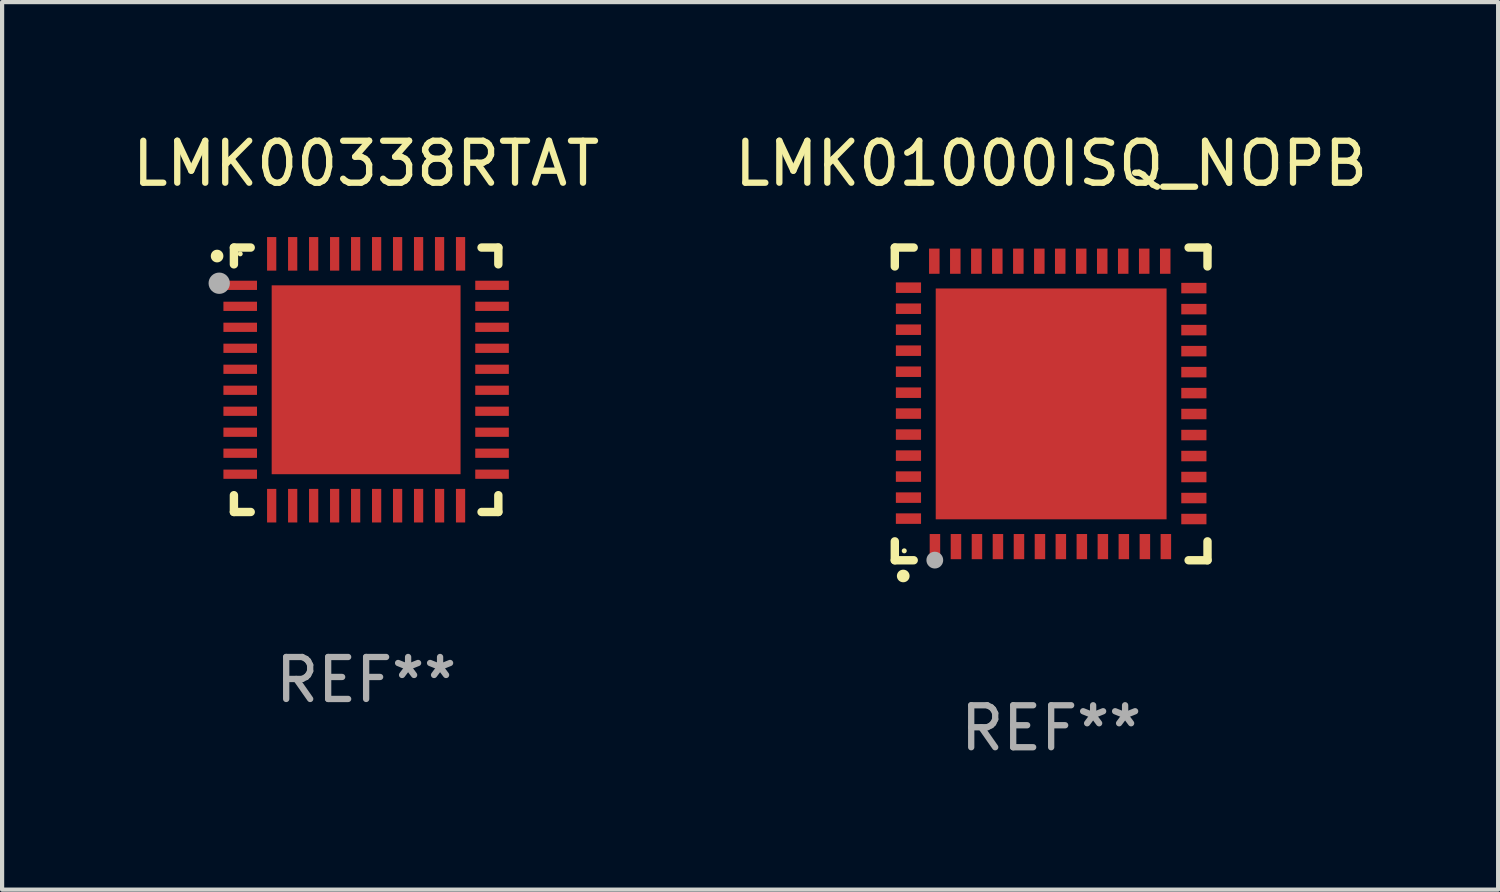
<source format=kicad_pcb>
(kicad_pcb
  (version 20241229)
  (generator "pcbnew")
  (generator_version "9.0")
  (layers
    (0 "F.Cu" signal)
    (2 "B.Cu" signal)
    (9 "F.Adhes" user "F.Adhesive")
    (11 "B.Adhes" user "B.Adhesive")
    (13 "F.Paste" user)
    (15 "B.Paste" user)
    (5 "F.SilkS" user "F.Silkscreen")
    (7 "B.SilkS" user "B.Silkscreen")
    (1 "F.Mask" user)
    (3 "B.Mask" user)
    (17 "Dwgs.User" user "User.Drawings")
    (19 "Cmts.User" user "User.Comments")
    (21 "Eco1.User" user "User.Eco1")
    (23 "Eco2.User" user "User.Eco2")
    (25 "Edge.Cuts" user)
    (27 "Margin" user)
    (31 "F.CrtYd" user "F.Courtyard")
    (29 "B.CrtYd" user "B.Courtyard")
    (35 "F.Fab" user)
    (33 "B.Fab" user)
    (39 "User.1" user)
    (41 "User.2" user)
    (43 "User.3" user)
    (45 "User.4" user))
  (footprint "LMK00338RTAT"
    (layer "F.Cu")
    (at 5.673 5.998)
    (property "Reference" "LMK00338RTAT" (at 0 -5.15 0) (layer "F.SilkS") (effects (font (size 1 1) (thickness 0.15))))
    (attr through_hole)
    (fp_line (start -3.15 -3.15) (end -2.75 -3.15) (stroke (width 0.2) (type solid)) (layer "F.SilkS"))
    (fp_line (start -3.15 -2.75) (end -3.15 -3.15) (stroke (width 0.2) (type solid)) (layer "F.SilkS"))
    (fp_line (start -3.15 3.15) (end -3.15 2.75) (stroke (width 0.2) (type solid)) (layer "F.SilkS"))
    (fp_line (start -2.75 3.15) (end -3.15 3.15) (stroke (width 0.2) (type solid)) (layer "F.SilkS"))
    (fp_line (start 2.75 -3.15) (end 3.15 -3.15) (stroke (width 0.2) (type solid)) (layer "F.SilkS"))
    (fp_line (start 2.75 3.15) (end 3.15 3.15) (stroke (width 0.2) (type solid)) (layer "F.SilkS"))
    (fp_line (start 3.15 -3.15) (end 3.15 -2.75) (stroke (width 0.2) (type solid)) (layer "F.SilkS"))
    (fp_line (start 3.15 3.15) (end 3.15 2.75) (stroke (width 0.2) (type solid)) (layer "F.SilkS"))
    (fp_arc (start -3.550927 -2.946406) (mid -3.550932 -2.947676) (end -3.550927 -2.948946) (stroke (width 0.3) (type solid)) (layer "F.SilkS"))
    (fp_circle (center -3 -3) (end -2.97 -3) (stroke (width 0.06) (type solid)) (fill no) (layer "F.SilkS"))
    (fp_circle (center -3.5 -2.3) (end -3.373 -2.3) (stroke (width 0.254) (type solid)) (fill no) (layer "F.Fab"))
    (fp_text user "REF**" (at 0 7.15 0) (layer "F.Fab") (effects (font (size 1 1) (thickness 0.15))))
    (pad "1" smd rect (at -3 -2.25) (size 0.8 0.22) (layers "F.Cu" "F.Mask" "F.Paste"))
    (pad "2" smd rect (at -3 -1.75) (size 0.8 0.22) (layers "F.Cu" "F.Mask" "F.Paste"))
    (pad "3" smd rect (at -3 -1.25) (size 0.8 0.22) (layers "F.Cu" "F.Mask" "F.Paste"))
    (pad "4" smd rect (at -3 -0.75) (size 0.8 0.22) (layers "F.Cu" "F.Mask" "F.Paste"))
    (pad "5" smd rect (at -3 -0.25) (size 0.8 0.22) (layers "F.Cu" "F.Mask" "F.Paste"))
    (pad "6" smd rect (at -3 0.25) (size 0.8 0.22) (layers "F.Cu" "F.Mask" "F.Paste"))
    (pad "7" smd rect (at -3 0.75) (size 0.8 0.22) (layers "F.Cu" "F.Mask" "F.Paste"))
    (pad "8" smd rect (at -3 1.25) (size 0.8 0.22) (layers "F.Cu" "F.Mask" "F.Paste"))
    (pad "9" smd rect (at -3 1.75) (size 0.8 0.22) (layers "F.Cu" "F.Mask" "F.Paste"))
    (pad "10" smd rect (at -3 2.25) (size 0.8 0.22) (layers "F.Cu" "F.Mask" "F.Paste"))
    (pad "11" smd rect (at -2.25 3) (size 0.22 0.8) (layers "F.Cu" "F.Mask" "F.Paste"))
    (pad "12" smd rect (at -1.75 3) (size 0.22 0.8) (layers "F.Cu" "F.Mask" "F.Paste"))
    (pad "13" smd rect (at -1.25 3) (size 0.22 0.8) (layers "F.Cu" "F.Mask" "F.Paste"))
    (pad "14" smd rect (at -0.75 3) (size 0.22 0.8) (layers "F.Cu" "F.Mask" "F.Paste"))
    (pad "15" smd rect (at -0.25 3) (size 0.22 0.8) (layers "F.Cu" "F.Mask" "F.Paste"))
    (pad "16" smd rect (at 0.25 3) (size 0.22 0.8) (layers "F.Cu" "F.Mask" "F.Paste"))
    (pad "17" smd rect (at 0.75 3) (size 0.22 0.8) (layers "F.Cu" "F.Mask" "F.Paste"))
    (pad "18" smd rect (at 1.25 3) (size 0.22 0.8) (layers "F.Cu" "F.Mask" "F.Paste"))
    (pad "19" smd rect (at 1.75 3) (size 0.22 0.8) (layers "F.Cu" "F.Mask" "F.Paste"))
    (pad "20" smd rect (at 2.25 3) (size 0.22 0.8) (layers "F.Cu" "F.Mask" "F.Paste"))
    (pad "21" smd rect (at 3 2.25) (size 0.8 0.22) (layers "F.Cu" "F.Mask" "F.Paste"))
    (pad "22" smd rect (at 3 1.75) (size 0.8 0.22) (layers "F.Cu" "F.Mask" "F.Paste"))
    (pad "23" smd rect (at 3 1.25) (size 0.8 0.22) (layers "F.Cu" "F.Mask" "F.Paste"))
    (pad "24" smd rect (at 3 0.75) (size 0.8 0.22) (layers "F.Cu" "F.Mask" "F.Paste"))
    (pad "25" smd rect (at 3 0.25) (size 0.8 0.22) (layers "F.Cu" "F.Mask" "F.Paste"))
    (pad "26" smd rect (at 3 -0.25) (size 0.8 0.22) (layers "F.Cu" "F.Mask" "F.Paste"))
    (pad "27" smd rect (at 3 -0.75) (size 0.8 0.22) (layers "F.Cu" "F.Mask" "F.Paste"))
    (pad "28" smd rect (at 3 -1.25) (size 0.8 0.22) (layers "F.Cu" "F.Mask" "F.Paste"))
    (pad "29" smd rect (at 3 -1.75) (size 0.8 0.22) (layers "F.Cu" "F.Mask" "F.Paste"))
    (pad "30" smd rect (at 3 -2.25) (size 0.8 0.22) (layers "F.Cu" "F.Mask" "F.Paste"))
    (pad "31" smd rect (at 2.25 -3) (size 0.22 0.8) (layers "F.Cu" "F.Mask" "F.Paste"))
    (pad "32" smd rect (at 1.75 -3) (size 0.22 0.8) (layers "F.Cu" "F.Mask" "F.Paste"))
    (pad "33" smd rect (at 1.25 -3) (size 0.22 0.8) (layers "F.Cu" "F.Mask" "F.Paste"))
    (pad "34" smd rect (at 0.75 -3) (size 0.22 0.8) (layers "F.Cu" "F.Mask" "F.Paste"))
    (pad "35" smd rect (at 0.25 -3) (size 0.22 0.8) (layers "F.Cu" "F.Mask" "F.Paste"))
    (pad "36" smd rect (at -0.25 -3) (size 0.22 0.8) (layers "F.Cu" "F.Mask" "F.Paste"))
    (pad "37" smd rect (at -0.75 -3) (size 0.22 0.8) (layers "F.Cu" "F.Mask" "F.Paste"))
    (pad "38" smd rect (at -1.25 -3) (size 0.22 0.8) (layers "F.Cu" "F.Mask" "F.Paste"))
    (pad "39" smd rect (at -1.75 -3) (size 0.22 0.8) (layers "F.Cu" "F.Mask" "F.Paste"))
    (pad "40" smd rect (at -2.25 -3) (size 0.22 0.8) (layers "F.Cu" "F.Mask" "F.Paste"))
    (pad "41" smd rect (at -0.000102 0) (size 4.5 4.5) (layers "F.Cu" "F.Mask" "F.Paste")))
  (footprint "LMK01000ISQ_NOPB"
    (layer "F.Cu")
    (at 21.994 6.573)
    (property "Reference" "LMK01000ISQ_NOPB" (at 0 -5.725 0) (layer "F.SilkS") (effects (font (size 1 1) (thickness 0.15))))
    (attr through_hole)
    (fp_line (start -3.725 -3.725) (end -3.275 -3.725) (stroke (width 0.2) (type solid)) (layer "F.SilkS"))
    (fp_line (start -3.725 -3.275) (end -3.725 -3.725) (stroke (width 0.2) (type solid)) (layer "F.SilkS"))
    (fp_line (start -3.725 3.725) (end -3.725 3.275) (stroke (width 0.2) (type solid)) (layer "F.SilkS"))
    (fp_line (start -3.275 3.725) (end -3.725 3.725) (stroke (width 0.2) (type solid)) (layer "F.SilkS"))
    (fp_line (start 3.275 3.725) (end 3.725 3.725) (stroke (width 0.2) (type solid)) (layer "F.SilkS"))
    (fp_line (start 3.725 -3.725) (end 3.275 -3.725) (stroke (width 0.2) (type solid)) (layer "F.SilkS"))
    (fp_line (start 3.725 -3.275) (end 3.725 -3.725) (stroke (width 0.2) (type solid)) (layer "F.SilkS"))
    (fp_line (start 3.725 3.725) (end 3.725 3.275) (stroke (width 0.2) (type solid)) (layer "F.SilkS"))
    (fp_arc (start -3.525527 4.099568) (mid -3.524257 4.099563) (end -3.522987 4.099568) (stroke (width 0.3) (type solid)) (layer "F.SilkS"))
    (fp_circle (center -3.5 3.501) (end -3.47 3.501) (stroke (width 0.06) (type solid)) (fill no) (layer "F.SilkS"))
    (fp_circle (center -2.772 3.722) (end -2.672 3.722) (stroke (width 0.2) (type solid)) (fill no) (layer "F.Fab"))
    (fp_text user "REF**" (at 0 7.725 0) (layer "F.Fab") (effects (font (size 1 1) (thickness 0.15))))
    (pad "1" smd rect (at -2.769 3.4 180) (size 0.25 0.6) (layers "F.Cu" "F.Mask" "F.Paste"))
    (pad "2" smd rect (at -2.268 3.4 180) (size 0.25 0.6) (layers "F.Cu" "F.Mask" "F.Paste"))
    (pad "3" smd rect (at -1.768 3.4 180) (size 0.25 0.6) (layers "F.Cu" "F.Mask" "F.Paste"))
    (pad "4" smd rect (at -1.268 3.4 180) (size 0.25 0.6) (layers "F.Cu" "F.Mask" "F.Paste"))
    (pad "5" smd rect (at -0.767 3.4 180) (size 0.25 0.6) (layers "F.Cu" "F.Mask" "F.Paste"))
    (pad "6" smd rect (at -0.267 3.4 180) (size 0.25 0.6) (layers "F.Cu" "F.Mask" "F.Paste"))
    (pad "7" smd rect (at 0.231 3.4 180) (size 0.25 0.6) (layers "F.Cu" "F.Mask" "F.Paste"))
    (pad "8" smd rect (at 0.731 3.4 180) (size 0.25 0.6) (layers "F.Cu" "F.Mask" "F.Paste"))
    (pad "9" smd rect (at 1.232 3.4 180) (size 0.25 0.6) (layers "F.Cu" "F.Mask" "F.Paste"))
    (pad "10" smd rect (at 1.732 3.4 180) (size 0.25 0.6) (layers "F.Cu" "F.Mask" "F.Paste"))
    (pad "11" smd rect (at 2.233 3.4 180) (size 0.25 0.6) (layers "F.Cu" "F.Mask" "F.Paste"))
    (pad "12" smd rect (at 2.733 3.4 180) (size 0.25 0.6) (layers "F.Cu" "F.Mask" "F.Paste"))
    (pad "13" smd rect (at 3.4 2.743 90) (size 0.25 0.6) (layers "F.Cu" "F.Mask" "F.Paste"))
    (pad "14" smd rect (at 3.4 2.243 90) (size 0.25 0.6) (layers "F.Cu" "F.Mask" "F.Paste"))
    (pad "15" smd rect (at 3.4 1.742 90) (size 0.25 0.6) (layers "F.Cu" "F.Mask" "F.Paste"))
    (pad "16" smd rect (at 3.4 1.242 90) (size 0.25 0.6) (layers "F.Cu" "F.Mask" "F.Paste"))
    (pad "17" smd rect (at 3.4 0.742 90) (size 0.25 0.6) (layers "F.Cu" "F.Mask" "F.Paste"))
    (pad "18" smd rect (at 3.4 0.241 90) (size 0.25 0.6) (layers "F.Cu" "F.Mask" "F.Paste"))
    (pad "19" smd rect (at 3.4 -0.257 90) (size 0.25 0.6) (layers "F.Cu" "F.Mask" "F.Paste"))
    (pad "20" smd rect (at 3.4 -0.757 90) (size 0.25 0.6) (layers "F.Cu" "F.Mask" "F.Paste"))
    (pad "21" smd rect (at 3.4 -1.257 90) (size 0.25 0.6) (layers "F.Cu" "F.Mask" "F.Paste"))
    (pad "22" smd rect (at 3.4 -1.758 90) (size 0.25 0.6) (layers "F.Cu" "F.Mask" "F.Paste"))
    (pad "23" smd rect (at 3.4 -2.258 90) (size 0.25 0.6) (layers "F.Cu" "F.Mask" "F.Paste"))
    (pad "24" smd rect (at 3.4 -2.759 90) (size 0.25 0.6) (layers "F.Cu" "F.Mask" "F.Paste"))
    (pad "25" smd rect (at 2.718 -3.4 180) (size 0.25 0.6) (layers "F.Cu" "F.Mask" "F.Paste"))
    (pad "26" smd rect (at 2.217 -3.4 180) (size 0.25 0.6) (layers "F.Cu" "F.Mask" "F.Paste"))
    (pad "27" smd rect (at 1.717 -3.4 180) (size 0.25 0.6) (layers "F.Cu" "F.Mask" "F.Paste"))
    (pad "28" smd rect (at 1.217 -3.4 180) (size 0.25 0.6) (layers "F.Cu" "F.Mask" "F.Paste"))
    (pad "29" smd rect (at 0.716 -3.4 180) (size 0.25 0.6) (layers "F.Cu" "F.Mask" "F.Paste"))
    (pad "30" smd rect (at 0.216 -3.4 180) (size 0.25 0.6) (layers "F.Cu" "F.Mask" "F.Paste"))
    (pad "31" smd rect (at -0.282 -3.4 180) (size 0.25 0.6) (layers "F.Cu" "F.Mask" "F.Paste"))
    (pad "32" smd rect (at -0.782 -3.4 180) (size 0.25 0.6) (layers "F.Cu" "F.Mask" "F.Paste"))
    (pad "33" smd rect (at -1.283 -3.4 180) (size 0.25 0.6) (layers "F.Cu" "F.Mask" "F.Paste"))
    (pad "34" smd rect (at -1.783 -3.4 180) (size 0.25 0.6) (layers "F.Cu" "F.Mask" "F.Paste"))
    (pad "35" smd rect (at -2.284 -3.4 180) (size 0.25 0.6) (layers "F.Cu" "F.Mask" "F.Paste"))
    (pad "36" smd rect (at -2.784 -3.4 180) (size 0.25 0.6) (layers "F.Cu" "F.Mask" "F.Paste"))
    (pad "37" smd rect (at -3.4 -2.769 90) (size 0.25 0.6) (layers "F.Cu" "F.Mask" "F.Paste"))
    (pad "38" smd rect (at -3.4 -2.268 90) (size 0.25 0.6) (layers "F.Cu" "F.Mask" "F.Paste"))
    (pad "39" smd rect (at -3.4 -1.768 90) (size 0.25 0.6) (layers "F.Cu" "F.Mask" "F.Paste"))
    (pad "40" smd rect (at -3.4 -1.268 90) (size 0.25 0.6) (layers "F.Cu" "F.Mask" "F.Paste"))
    (pad "41" smd rect (at -3.4 -0.767 90) (size 0.25 0.6) (layers "F.Cu" "F.Mask" "F.Paste"))
    (pad "42" smd rect (at -3.4 -0.267 90) (size 0.25 0.6) (layers "F.Cu" "F.Mask" "F.Paste"))
    (pad "43" smd rect (at -3.4 0.231 90) (size 0.25 0.6) (layers "F.Cu" "F.Mask" "F.Paste"))
    (pad "44" smd rect (at -3.4 0.731 90) (size 0.25 0.6) (layers "F.Cu" "F.Mask" "F.Paste"))
    (pad "45" smd rect (at -3.4 1.232 90) (size 0.25 0.6) (layers "F.Cu" "F.Mask" "F.Paste"))
    (pad "46" smd rect (at -3.4 1.732 90) (size 0.25 0.6) (layers "F.Cu" "F.Mask" "F.Paste"))
    (pad "47" smd rect (at -3.4 2.233 90) (size 0.25 0.6) (layers "F.Cu" "F.Mask" "F.Paste"))
    (pad "48" smd rect (at -3.4 2.733 90) (size 0.25 0.6) (layers "F.Cu" "F.Mask" "F.Paste"))
    (pad "49" smd rect (at -0.000076 -0.000076 90) (size 5.5 5.5) (layers "F.Cu" "F.Mask" "F.Paste")))
  (gr_rect
    (start -3 -3)
    (end 32.643 18.146)
    (stroke (width 0.1) (type default))
    (fill no)
    (layer "Edge.Cuts")))
</source>
